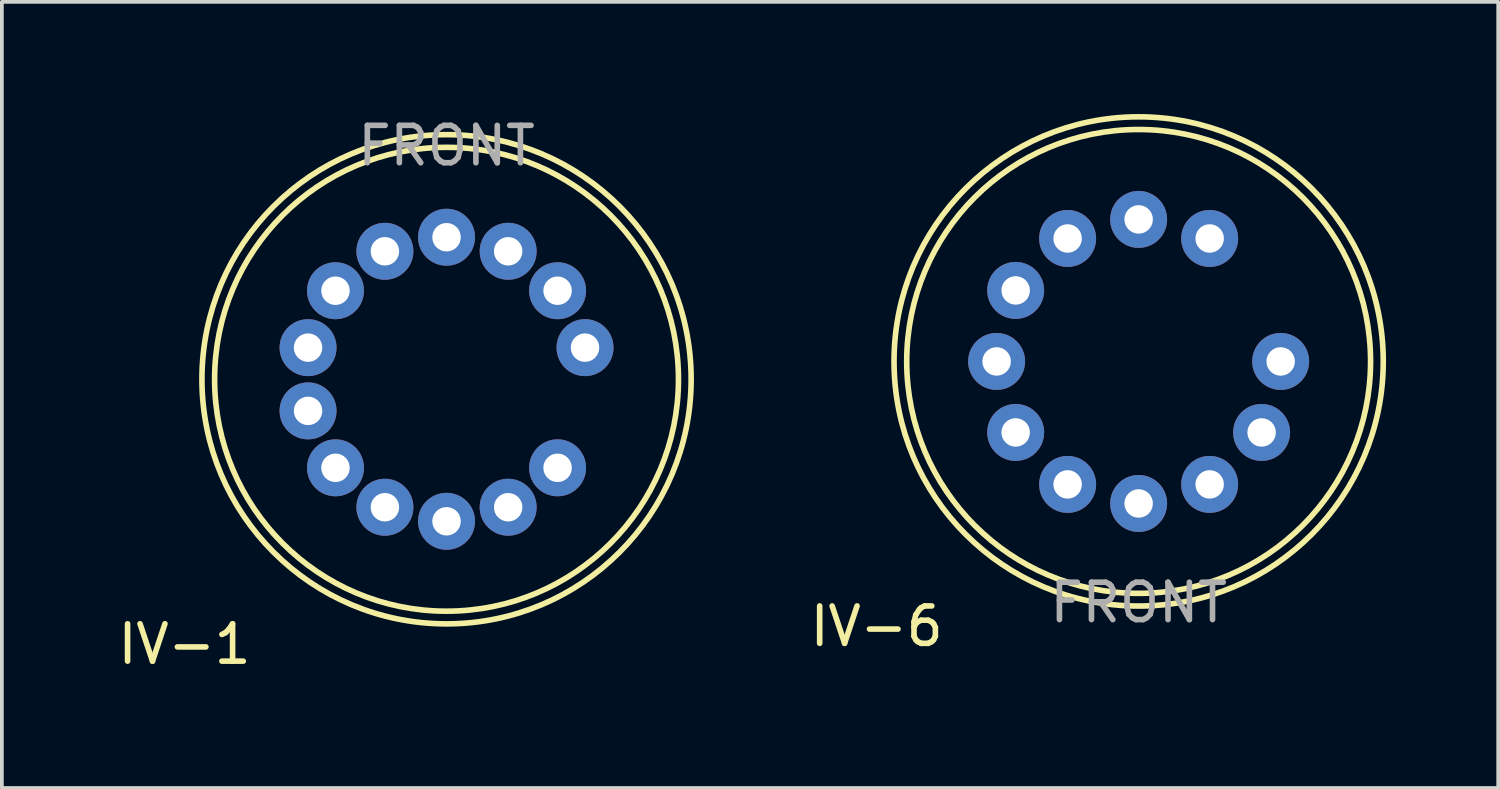
<source format=kicad_pcb>
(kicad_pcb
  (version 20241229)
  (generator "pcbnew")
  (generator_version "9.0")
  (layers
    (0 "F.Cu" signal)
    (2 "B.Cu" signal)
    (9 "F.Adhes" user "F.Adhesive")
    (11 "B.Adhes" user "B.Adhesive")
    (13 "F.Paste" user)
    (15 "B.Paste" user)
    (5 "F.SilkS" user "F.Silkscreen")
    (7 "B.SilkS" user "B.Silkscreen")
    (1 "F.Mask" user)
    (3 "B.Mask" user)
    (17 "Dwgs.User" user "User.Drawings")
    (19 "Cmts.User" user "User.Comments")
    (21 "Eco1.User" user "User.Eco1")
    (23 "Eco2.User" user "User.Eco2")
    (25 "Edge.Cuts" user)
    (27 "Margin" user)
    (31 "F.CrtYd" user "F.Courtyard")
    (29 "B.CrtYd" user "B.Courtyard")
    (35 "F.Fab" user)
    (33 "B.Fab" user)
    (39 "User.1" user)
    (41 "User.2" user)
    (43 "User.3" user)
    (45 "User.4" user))
  (footprint "IV-6"
    (layer "F.Cu")
    (at 27.414 6.62)
    (property "Reference" "IV-6" (at -7.01 7.087 180) (layer "F.SilkS") (effects (font (size 1 1) (thickness 0.15))))
    (attr through_hole)
    (fp_circle (center 0 0) (end 6.2 0.254) (stroke (width 0.15) (type solid)) (fill no) (layer "F.SilkS"))
    (fp_circle (center 0 0) (end 6.5 -0.762) (stroke (width 0.15) (type solid)) (fill no) (layer "F.SilkS"))
    (fp_text user "FRONT" (at 0 6.452 0) (layer "F.Fab") (effects (font (size 1 1) (thickness 0.15))))
    (pad "1" thru_hole circle (at 1.9 -3.29 150) (size 1.524 1.524) (drill 0.762) (layers "*.Cu" "*.Mask"))
    (pad "2" thru_hole circle (at 0 -3.8 285) (size 1.524 1.524) (drill 0.762) (layers "*.Cu" "*.Mask"))
    (pad "3" thru_hole circle (at -1.9 -3.29 240) (size 1.524 1.524) (drill 0.762) (layers "*.Cu" "*.Mask"))
    (pad "4" thru_hole circle (at -3.29 -1.9 240) (size 1.524 1.524) (drill 0.762) (layers "*.Cu" "*.Mask"))
    (pad "5" thru_hole circle (at -3.8 0 240) (size 1.524 1.524) (drill 0.762) (layers "*.Cu" "*.Mask"))
    (pad "6" thru_hole circle (at -3.29 1.9 240) (size 1.524 1.524) (drill 0.762) (layers "*.Cu" "*.Mask"))
    (pad "7" thru_hole circle (at -1.9 3.29 240) (size 1.524 1.524) (drill 0.762) (layers "*.Cu" "*.Mask"))
    (pad "8" thru_hole circle (at 0 3.8 240) (size 1.524 1.524) (drill 0.762) (layers "*.Cu" "*.Mask"))
    (pad "9" thru_hole circle (at 1.9 3.29 240) (size 1.524 1.524) (drill 0.762) (layers "*.Cu" "*.Mask"))
    (pad "10" thru_hole circle (at 3.29 1.9 240) (size 1.524 1.524) (drill 0.762) (layers "*.Cu" "*.Mask"))
    (pad "11" thru_hole circle (at 3.8 0 240) (size 1.524 1.524) (drill 0.762) (layers "*.Cu" "*.Mask")))
  (footprint "IV-1"
    (layer "F.Cu")
    (at 8.897 7.097)
    (property "Reference" "IV-1" (at -7.01 7.087 180) (layer "F.SilkS") (effects (font (size 1 1) (thickness 0.15))))
    (attr through_hole)
    (fp_circle (center 0 0) (end 6.2 0.254) (stroke (width 0.15) (type solid)) (fill no) (layer "F.SilkS"))
    (fp_circle (center 0 0) (end 6.5 -0.762) (stroke (width 0.15) (type solid)) (fill no) (layer "F.SilkS"))
    (fp_text user "FRONT" (at 0 -6.248 180) (layer "F.Fab") (effects (font (size 1 1) (thickness 0.15))))
    (pad "1" thru_hole circle (at 3.705 -0.846 240) (size 1.524 1.524) (drill 0.762) (layers "*.Cu" "*.Mask"))
    (pad "2" thru_hole circle (at 2.971 -2.369 240) (size 1.524 1.524) (drill 0.762) (layers "*.Cu" "*.Mask"))
    (pad "3" thru_hole circle (at 1.649 -3.424 150) (size 1.524 1.524) (drill 0.762) (layers "*.Cu" "*.Mask"))
    (pad "4" thru_hole circle (at 0 -3.8 285) (size 1.524 1.524) (drill 0.762) (layers "*.Cu" "*.Mask"))
    (pad "5" thru_hole circle (at -1.649 -3.424 240) (size 1.524 1.524) (drill 0.762) (layers "*.Cu" "*.Mask"))
    (pad "6" thru_hole circle (at -2.971 -2.369 240) (size 1.524 1.524) (drill 0.762) (layers "*.Cu" "*.Mask"))
    (pad "7" thru_hole circle (at -3.705 -0.846 240) (size 1.524 1.524) (drill 0.762) (layers "*.Cu" "*.Mask"))
    (pad "8" thru_hole circle (at -3.705 0.846 240) (size 1.524 1.524) (drill 0.762) (layers "*.Cu" "*.Mask"))
    (pad "9" thru_hole circle (at -2.971 2.369 240) (size 1.524 1.524) (drill 0.762) (layers "*.Cu" "*.Mask"))
    (pad "10" thru_hole circle (at -1.649 3.424 240) (size 1.524 1.524) (drill 0.762) (layers "*.Cu" "*.Mask"))
    (pad "11" thru_hole circle (at 0 3.8 240) (size 1.524 1.524) (drill 0.762) (layers "*.Cu" "*.Mask"))
    (pad "12" thru_hole circle (at 1.649 3.424 240) (size 1.524 1.524) (drill 0.762) (layers "*.Cu" "*.Mask"))
    (pad "13" thru_hole circle (at 2.971 2.369 240) (size 1.524 1.524) (drill 0.762) (layers "*.Cu" "*.Mask")))
  (gr_rect
    (start -3 -3)
    (end 37.034 18.032)
    (stroke (width 0.1) (type default))
    (fill no)
    (layer "Edge.Cuts")))
</source>
